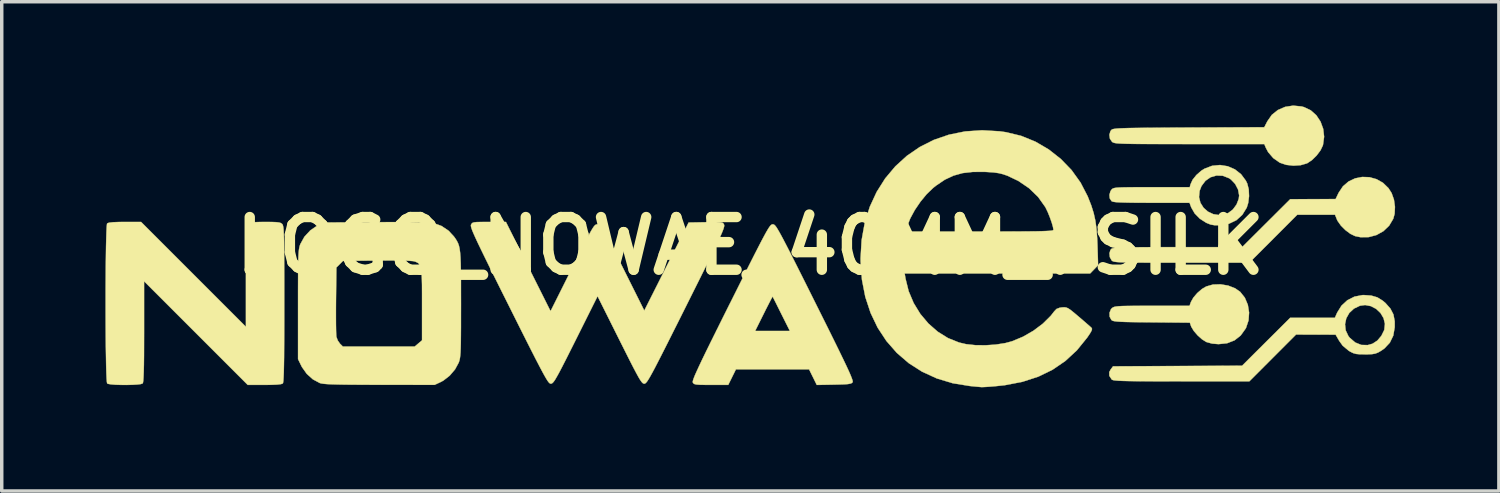
<source format=kicad_pcb>
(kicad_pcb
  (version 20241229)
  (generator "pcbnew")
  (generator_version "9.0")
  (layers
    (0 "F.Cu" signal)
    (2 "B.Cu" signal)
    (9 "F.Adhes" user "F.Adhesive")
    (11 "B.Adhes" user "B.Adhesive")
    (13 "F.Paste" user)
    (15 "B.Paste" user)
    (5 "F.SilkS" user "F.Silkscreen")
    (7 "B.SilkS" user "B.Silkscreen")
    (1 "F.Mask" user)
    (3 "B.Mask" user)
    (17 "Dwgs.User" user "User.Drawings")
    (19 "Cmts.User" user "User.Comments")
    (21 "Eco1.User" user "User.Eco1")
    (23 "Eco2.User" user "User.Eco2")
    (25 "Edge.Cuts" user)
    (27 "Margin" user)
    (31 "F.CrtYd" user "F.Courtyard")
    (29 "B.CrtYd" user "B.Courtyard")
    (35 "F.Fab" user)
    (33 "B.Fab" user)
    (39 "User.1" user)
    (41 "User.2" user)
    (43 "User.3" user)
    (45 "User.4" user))
  (footprint "LOGO_NOWAE_40MM_FSILK"
    (layer "F.Cu")
    (at 18.651 4.062)
    (property "Reference" "LOGO_NOWAE_40MM_FSILK" (at 0 0 0) (layer "F.SilkS") (effects (font (size 1.524 1.524) (thickness 0.3))))
    (attr through_hole)
    (fp_poly (pts (xy 13.82 1.148) (xy 14.021 1.226) (xy 14.167 1.328) (xy 14.302 1.498) (xy 14.389 1.703) (xy 14.425 1.928) (xy 14.409 2.155) (xy 14.338 2.367) (xy 14.326 2.39) (xy 14.183 2.59) (xy 14.005 2.731) (xy 13.79 2.815) (xy 13.541 2.841) (xy 13.354 2.825) (xy 13.198 2.782) (xy 13.185 2.777) (xy 13.062 2.7) (xy 12.936 2.587) (xy 12.826 2.459) (xy 12.753 2.338) (xy 12.746 2.32) (xy 12.712 2.22) (xy 11.607 2.21) (xy 11.298 2.207) (xy 11.05 2.204) (xy 10.858 2.2) (xy 10.712 2.194) (xy 10.607 2.187) (xy 10.534 2.178) (xy 10.486 2.167) (xy 10.456 2.152) (xy 10.443 2.141) (xy 10.392 2.047) (xy 10.389 1.933) (xy 10.431 1.83) (xy 10.463 1.797) (xy 10.489 1.779) (xy 10.525 1.764) (xy 10.577 1.753) (xy 10.653 1.745) (xy 10.761 1.739) (xy 10.908 1.736) (xy 11.102 1.734) (xy 11.352 1.733) (xy 11.623 1.733) (xy 12.703 1.733) (xy 12.744 1.62) (xy 12.815 1.494) (xy 12.928 1.362) (xy 13.063 1.246) (xy 13.185 1.174) (xy 13.38 1.118) (xy 13.599 1.111) (xy 13.82 1.148)) (stroke (width 0.01) (type solid)) (fill yes) (layer "F.SilkS"))
    (fp_poly (pts (xy 15.943 -4.033) (xy 16.014 -4.014) (xy 16.208 -3.922) (xy 16.37 -3.778) (xy 16.492 -3.594) (xy 16.569 -3.383) (xy 16.595 -3.157) (xy 16.564 -2.928) (xy 16.558 -2.904) (xy 16.491 -2.764) (xy 16.381 -2.617) (xy 16.248 -2.486) (xy 16.112 -2.394) (xy 16.097 -2.387) (xy 15.917 -2.335) (xy 15.709 -2.321) (xy 15.5 -2.344) (xy 15.321 -2.404) (xy 15.312 -2.408) (xy 15.124 -2.54) (xy 14.976 -2.713) (xy 14.912 -2.833) (xy 14.865 -2.945) (xy 12.703 -2.945) (xy 12.262 -2.946) (xy 11.885 -2.946) (xy 11.566 -2.947) (xy 11.301 -2.948) (xy 11.084 -2.95) (xy 10.911 -2.953) (xy 10.775 -2.957) (xy 10.672 -2.962) (xy 10.596 -2.968) (xy 10.542 -2.976) (xy 10.506 -2.986) (xy 10.481 -2.997) (xy 10.463 -3.009) (xy 10.401 -3.099) (xy 10.385 -3.212) (xy 10.415 -3.318) (xy 10.443 -3.354) (xy 10.459 -3.366) (xy 10.486 -3.377) (xy 10.528 -3.385) (xy 10.59 -3.393) (xy 10.677 -3.399) (xy 10.796 -3.404) (xy 10.95 -3.409) (xy 11.145 -3.412) (xy 11.386 -3.415) (xy 11.679 -3.417) (xy 12.027 -3.42) (xy 12.437 -3.422) (xy 12.684 -3.423) (xy 14.865 -3.432) (xy 14.952 -3.602) (xy 15.083 -3.79) (xy 15.259 -3.931) (xy 15.468 -4.021) (xy 15.7 -4.057) (xy 15.943 -4.033)) (stroke (width 0.01) (type solid)) (fill yes) (layer "F.SilkS"))
    (fp_poly (pts (xy 17.907 -1.987) (xy 18.111 -1.93) (xy 18.297 -1.825) (xy 18.456 -1.671) (xy 18.548 -1.527) (xy 18.615 -1.338) (xy 18.644 -1.129) (xy 18.634 -0.927) (xy 18.595 -0.785) (xy 18.476 -0.585) (xy 18.31 -0.426) (xy 18.108 -0.314) (xy 17.883 -0.254) (xy 17.647 -0.252) (xy 17.491 -0.284) (xy 17.355 -0.349) (xy 17.211 -0.457) (xy 17.081 -0.587) (xy 16.987 -0.72) (xy 16.966 -0.762) (xy 16.911 -0.901) (xy 15.818 -0.901) (xy 15.126 -0.208) (xy 14.433 0.485) (xy 12.472 0.485) (xy 12.054 0.485) (xy 11.699 0.485) (xy 11.404 0.484) (xy 11.16 0.483) (xy 10.965 0.481) (xy 10.811 0.477) (xy 10.693 0.473) (xy 10.606 0.467) (xy 10.545 0.46) (xy 10.504 0.451) (xy 10.477 0.44) (xy 10.458 0.427) (xy 10.447 0.415) (xy 10.397 0.322) (xy 10.387 0.213) (xy 10.415 0.118) (xy 10.448 0.082) (xy 10.474 0.071) (xy 10.524 0.062) (xy 10.602 0.055) (xy 10.714 0.049) (xy 10.864 0.044) (xy 11.059 0.04) (xy 11.302 0.038) (xy 11.6 0.036) (xy 11.957 0.035) (xy 12.368 0.035) (xy 14.223 0.035) (xy 14.919 -0.658) (xy 15.615 -1.351) (xy 16.928 -1.355) (xy 17.014 -1.535) (xy 17.139 -1.723) (xy 17.302 -1.863) (xy 17.491 -1.953) (xy 17.697 -1.994) (xy 17.907 -1.987)) (stroke (width 0.01) (type solid)) (fill yes) (layer "F.SilkS"))
    (fp_poly (pts (xy 13.809 -2.303) (xy 14.016 -2.213) (xy 14.194 -2.072) (xy 14.332 -1.886) (xy 14.372 -1.804) (xy 14.415 -1.637) (xy 14.424 -1.439) (xy 14.4 -1.244) (xy 14.358 -1.108) (xy 14.23 -0.9) (xy 14.059 -0.744) (xy 13.847 -0.643) (xy 13.594 -0.598) (xy 13.584 -0.598) (xy 13.433 -0.597) (xy 13.315 -0.617) (xy 13.194 -0.665) (xy 13.185 -0.669) (xy 13.002 -0.786) (xy 12.851 -0.94) (xy 12.752 -1.113) (xy 12.748 -1.124) (xy 12.703 -1.247) (xy 11.608 -1.247) (xy 11.288 -1.248) (xy 11.031 -1.25) (xy 10.831 -1.254) (xy 10.679 -1.259) (xy 10.571 -1.266) (xy 10.499 -1.276) (xy 10.458 -1.289) (xy 10.448 -1.295) (xy 10.398 -1.37) (xy 10.393 -1.411) (xy 12.977 -1.411) (xy 13.018 -1.246) (xy 13.108 -1.103) (xy 13.235 -0.991) (xy 13.39 -0.918) (xy 13.563 -0.891) (xy 13.742 -0.92) (xy 13.826 -0.954) (xy 13.957 -1.054) (xy 14.063 -1.198) (xy 14.126 -1.361) (xy 14.138 -1.46) (xy 14.107 -1.629) (xy 14.023 -1.791) (xy 13.899 -1.922) (xy 13.846 -1.958) (xy 13.664 -2.029) (xy 13.482 -2.036) (xy 13.311 -1.986) (xy 13.163 -1.883) (xy 13.049 -1.732) (xy 12.994 -1.592) (xy 12.977 -1.411) (xy 10.393 -1.411) (xy 10.386 -1.474) (xy 10.415 -1.58) (xy 10.447 -1.628) (xy 10.467 -1.648) (xy 10.494 -1.663) (xy 10.534 -1.675) (xy 10.596 -1.684) (xy 10.687 -1.69) (xy 10.814 -1.694) (xy 10.985 -1.696) (xy 11.208 -1.698) (xy 11.49 -1.698) (xy 11.61 -1.698) (xy 12.71 -1.698) (xy 12.73 -1.778) (xy 12.791 -1.912) (xy 12.901 -2.05) (xy 13.041 -2.173) (xy 13.136 -2.233) (xy 13.357 -2.317) (xy 13.585 -2.339) (xy 13.809 -2.303)) (stroke (width 0.01) (type solid)) (fill yes) (layer "F.SilkS"))
    (fp_poly (pts (xy 17.958 1.437) (xy 18.134 1.488) (xy 18.29 1.585) (xy 18.369 1.652) (xy 18.513 1.814) (xy 18.6 1.983) (xy 18.637 2.18) (xy 18.637 2.35) (xy 18.595 2.595) (xy 18.496 2.799) (xy 18.339 2.966) (xy 18.246 3.031) (xy 18.156 3.083) (xy 18.076 3.114) (xy 17.984 3.13) (xy 17.857 3.136) (xy 17.777 3.136) (xy 17.624 3.134) (xy 17.518 3.124) (xy 17.435 3.1) (xy 17.352 3.059) (xy 17.306 3.031) (xy 17.133 2.887) (xy 17.032 2.746) (xy 16.928 2.567) (xy 16.355 2.565) (xy 15.783 2.564) (xy 15.108 3.24) (xy 14.433 3.916) (xy 12.469 3.916) (xy 12.044 3.915) (xy 11.684 3.915) (xy 11.382 3.914) (xy 11.134 3.912) (xy 10.934 3.909) (xy 10.777 3.905) (xy 10.658 3.9) (xy 10.571 3.893) (xy 10.512 3.886) (xy 10.475 3.876) (xy 10.454 3.865) (xy 10.452 3.864) (xy 10.383 3.757) (xy 10.382 3.649) (xy 10.422 3.574) (xy 10.49 3.483) (xy 12.356 3.474) (xy 14.223 3.465) (xy 15.429 2.264) (xy 17.2 2.264) (xy 17.218 2.439) (xy 17.295 2.604) (xy 17.336 2.657) (xy 17.494 2.793) (xy 17.67 2.864) (xy 17.856 2.869) (xy 17.996 2.829) (xy 18.134 2.739) (xy 18.251 2.601) (xy 18.332 2.437) (xy 18.336 2.424) (xy 18.354 2.253) (xy 18.314 2.088) (xy 18.226 1.941) (xy 18.101 1.822) (xy 17.949 1.742) (xy 17.781 1.71) (xy 17.632 1.73) (xy 17.457 1.814) (xy 17.323 1.939) (xy 17.236 2.094) (xy 17.2 2.264) (xy 15.429 2.264) (xy 15.615 2.079) (xy 16.907 2.079) (xy 16.972 1.931) (xy 17.098 1.728) (xy 17.268 1.571) (xy 17.474 1.467) (xy 17.703 1.423) (xy 17.742 1.422) (xy 17.958 1.437)) (stroke (width 0.01) (type solid)) (fill yes) (layer "F.SilkS"))
    (fp_poly (pts (xy 0.669 -0.622) (xy 0.689 -0.613) (xy 0.713 -0.593) (xy 0.742 -0.558) (xy 0.778 -0.503) (xy 0.825 -0.424) (xy 0.884 -0.318) (xy 0.958 -0.18) (xy 1.049 -0.005) (xy 1.159 0.209) (xy 1.29 0.469) (xy 1.445 0.777) (xy 1.626 1.138) (xy 1.835 1.557) (xy 1.871 1.629) (xy 2.09 2.068) (xy 2.28 2.449) (xy 2.442 2.777) (xy 2.578 3.054) (xy 2.69 3.285) (xy 2.78 3.474) (xy 2.85 3.625) (xy 2.901 3.742) (xy 2.935 3.828) (xy 2.955 3.888) (xy 2.962 3.925) (xy 2.959 3.942) (xy 2.935 3.966) (xy 2.893 3.983) (xy 2.821 3.996) (xy 2.708 4.004) (xy 2.543 4.009) (xy 2.421 4.012) (xy 1.922 4.021) (xy 1.699 3.569) (xy -0.416 3.569) (xy -0.639 4.02) (xy -1.132 4.02) (xy -1.328 4.019) (xy -1.465 4.016) (xy -1.556 4.009) (xy -1.612 3.997) (xy -1.644 3.978) (xy -1.663 3.951) (xy -1.666 3.93) (xy -1.658 3.892) (xy -1.639 3.832) (xy -1.605 3.747) (xy -1.555 3.634) (xy -1.487 3.487) (xy -1.4 3.302) (xy -1.291 3.077) (xy -1.158 2.806) (xy -0.999 2.486) (xy -0.986 2.46) (xy 0.139 2.46) (xy 1.144 2.46) (xy 0.897 1.967) (xy 0.813 1.799) (xy 0.741 1.654) (xy 0.685 1.544) (xy 0.652 1.479) (xy 0.644 1.466) (xy 0.628 1.492) (xy 0.586 1.571) (xy 0.524 1.692) (xy 0.446 1.844) (xy 0.389 1.959) (xy 0.139 2.46) (xy -0.986 2.46) (xy -0.814 2.113) (xy -0.599 1.682) (xy -0.572 1.63) (xy -0.358 1.202) (xy -0.173 0.832) (xy -0.014 0.515) (xy 0.121 0.248) (xy 0.235 0.026) (xy 0.328 -0.154) (xy 0.405 -0.298) (xy 0.466 -0.409) (xy 0.515 -0.492) (xy 0.553 -0.55) (xy 0.583 -0.588) (xy 0.607 -0.61) (xy 0.628 -0.621) (xy 0.647 -0.624) (xy 0.65 -0.624) (xy 0.669 -0.622)) (stroke (width 0.01) (type solid)) (fill yes) (layer "F.SilkS"))
    (fp_poly (pts (xy -16.105 0.823) (xy -14.589 2.339) (xy -14.589 0.88) (xy -14.588 0.523) (xy -14.588 0.229) (xy -14.586 -0.009) (xy -14.584 -0.197) (xy -14.58 -0.34) (xy -14.575 -0.447) (xy -14.568 -0.523) (xy -14.559 -0.574) (xy -14.548 -0.606) (xy -14.533 -0.627) (xy -14.525 -0.636) (xy -14.486 -0.661) (xy -14.424 -0.677) (xy -14.327 -0.687) (xy -14.183 -0.692) (xy -14.028 -0.693) (xy -13.843 -0.692) (xy -13.715 -0.687) (xy -13.63 -0.677) (xy -13.577 -0.661) (xy -13.543 -0.636) (xy -13.537 -0.63) (xy -13.525 -0.612) (xy -13.516 -0.584) (xy -13.507 -0.54) (xy -13.5 -0.475) (xy -13.495 -0.384) (xy -13.49 -0.262) (xy -13.486 -0.104) (xy -13.484 0.095) (xy -13.482 0.34) (xy -13.481 0.637) (xy -13.48 0.989) (xy -13.48 1.403) (xy -13.48 1.685) (xy -13.48 2.164) (xy -13.481 2.577) (xy -13.483 2.929) (xy -13.485 3.223) (xy -13.489 3.462) (xy -13.493 3.651) (xy -13.499 3.794) (xy -13.505 3.893) (xy -13.513 3.953) (xy -13.521 3.978) (xy -13.573 3.997) (xy -13.687 4.011) (xy -13.864 4.018) (xy -14.05 4.02) (xy -14.536 4.02) (xy -16.035 2.521) (xy -17.534 1.023) (xy -17.534 2.48) (xy -17.535 2.863) (xy -17.536 3.181) (xy -17.539 3.439) (xy -17.544 3.641) (xy -17.55 3.791) (xy -17.557 3.895) (xy -17.566 3.956) (xy -17.576 3.978) (xy -17.628 3.996) (xy -17.733 4.009) (xy -17.875 4.017) (xy -18.038 4.021) (xy -18.206 4.02) (xy -18.362 4.015) (xy -18.492 4.004) (xy -18.577 3.989) (xy -18.601 3.978) (xy -18.61 3.935) (xy -18.618 3.831) (xy -18.625 3.67) (xy -18.631 3.462) (xy -18.635 3.213) (xy -18.64 2.93) (xy -18.643 2.62) (xy -18.645 2.29) (xy -18.646 1.947) (xy -18.646 1.598) (xy -18.646 1.251) (xy -18.644 0.912) (xy -18.642 0.589) (xy -18.638 0.288) (xy -18.634 0.016) (xy -18.628 -0.218) (xy -18.622 -0.41) (xy -18.615 -0.55) (xy -18.607 -0.632) (xy -18.601 -0.651) (xy -18.548 -0.671) (xy -18.431 -0.685) (xy -18.25 -0.692) (xy -18.09 -0.693) (xy -17.621 -0.693) (xy -16.105 0.823)) (stroke (width 0.01) (type solid)) (fill yes) (layer "F.SilkS"))
    (fp_poly (pts (xy -9.734 -0.687) (xy -9.494 -0.682) (xy -9.316 -0.675) (xy -9.199 -0.666) (xy -9.16 -0.659) (xy -8.933 -0.577) (xy -8.727 -0.439) (xy -8.571 -0.27) (xy -8.524 -0.204) (xy -8.486 -0.142) (xy -8.454 -0.079) (xy -8.428 -0.007) (xy -8.409 0.08) (xy -8.394 0.189) (xy -8.383 0.328) (xy -8.376 0.502) (xy -8.372 0.718) (xy -8.369 0.984) (xy -8.369 1.305) (xy -8.368 1.681) (xy -8.369 2.048) (xy -8.369 2.353) (xy -8.371 2.603) (xy -8.373 2.803) (xy -8.377 2.96) (xy -8.382 3.083) (xy -8.39 3.176) (xy -8.399 3.247) (xy -8.411 3.303) (xy -8.425 3.35) (xy -8.435 3.377) (xy -8.541 3.572) (xy -8.696 3.753) (xy -8.878 3.895) (xy -8.958 3.938) (xy -9.131 4.019) (xy -10.725 4.017) (xy -11.116 4.016) (xy -11.443 4.014) (xy -11.712 4.012) (xy -11.93 4.008) (xy -12.102 4.003) (xy -12.234 3.997) (xy -12.332 3.989) (xy -12.402 3.979) (xy -12.449 3.967) (xy -12.454 3.965) (xy -12.652 3.859) (xy -12.828 3.701) (xy -12.966 3.507) (xy -12.984 3.473) (xy -13.081 3.275) (xy -13.081 2.062) (xy -11.985 2.062) (xy -11.984 2.271) (xy -11.981 2.443) (xy -11.977 2.566) (xy -11.972 2.629) (xy -11.931 2.738) (xy -11.868 2.828) (xy -11.785 2.911) (xy -9.708 2.911) (xy -9.601 2.821) (xy -9.495 2.731) (xy -9.495 1.685) (xy -9.495 1.373) (xy -9.496 1.123) (xy -9.501 0.927) (xy -9.508 0.778) (xy -9.521 0.668) (xy -9.54 0.59) (xy -9.566 0.537) (xy -9.601 0.501) (xy -9.645 0.475) (xy -9.695 0.454) (xy -9.753 0.44) (xy -9.86 0.431) (xy -10.018 0.424) (xy -10.234 0.421) (xy -10.51 0.421) (xy -10.787 0.423) (xy -11.78 0.433) (xy -11.876 0.529) (xy -11.972 0.625) (xy -11.983 1.569) (xy -11.985 1.824) (xy -11.985 2.062) (xy -13.081 2.062) (xy -13.081 1.698) (xy -13.081 1.324) (xy -13.08 1.012) (xy -13.079 0.756) (xy -13.077 0.55) (xy -13.073 0.387) (xy -13.068 0.261) (xy -13.061 0.164) (xy -13.052 0.09) (xy -13.041 0.032) (xy -13.028 -0.015) (xy -13.016 -0.049) (xy -12.897 -0.264) (xy -12.725 -0.45) (xy -12.529 -0.583) (xy -12.353 -0.676) (xy -10.846 -0.687) (xy -10.409 -0.689) (xy -10.039 -0.689) (xy -9.734 -0.687)) (stroke (width 0.01) (type solid)) (fill yes) (layer "F.SilkS"))
    (fp_poly (pts (xy -6.424 0.598) (xy -5.778 1.888) (xy -5.15 0.632) (xy -4.994 0.321) (xy -4.866 0.065) (xy -4.762 -0.14) (xy -4.679 -0.299) (xy -4.614 -0.419) (xy -4.563 -0.505) (xy -4.524 -0.563) (xy -4.493 -0.598) (xy -4.466 -0.616) (xy -4.441 -0.623) (xy -4.418 -0.624) (xy -4.391 -0.622) (xy -4.366 -0.614) (xy -4.339 -0.594) (xy -4.306 -0.555) (xy -4.265 -0.493) (xy -4.212 -0.402) (xy -4.144 -0.275) (xy -4.058 -0.108) (xy -3.95 0.105) (xy -3.817 0.37) (xy -3.69 0.624) (xy -3.067 1.871) (xy -2.426 0.598) (xy -1.785 -0.676) (xy -1.29 -0.685) (xy -1.097 -0.689) (xy -0.96 -0.689) (xy -0.871 -0.685) (xy -0.816 -0.675) (xy -0.786 -0.657) (xy -0.767 -0.63) (xy -0.759 -0.613) (xy -0.755 -0.592) (xy -0.758 -0.56) (xy -0.771 -0.512) (xy -0.795 -0.444) (xy -0.833 -0.352) (xy -0.887 -0.232) (xy -0.958 -0.08) (xy -1.049 0.11) (xy -1.161 0.34) (xy -1.297 0.615) (xy -1.458 0.94) (xy -1.647 1.318) (xy -1.851 1.727) (xy -2.066 2.157) (xy -2.253 2.528) (xy -2.413 2.847) (xy -2.549 3.115) (xy -2.663 3.338) (xy -2.757 3.52) (xy -2.834 3.664) (xy -2.896 3.776) (xy -2.945 3.859) (xy -2.983 3.917) (xy -3.013 3.954) (xy -3.037 3.975) (xy -3.056 3.984) (xy -3.067 3.985) (xy -3.09 3.981) (xy -3.116 3.965) (xy -3.147 3.931) (xy -3.186 3.875) (xy -3.237 3.79) (xy -3.302 3.671) (xy -3.386 3.512) (xy -3.49 3.309) (xy -3.618 3.054) (xy -3.774 2.744) (xy -3.786 2.72) (xy -4.418 1.455) (xy -5.05 2.72) (xy -5.208 3.035) (xy -5.338 3.293) (xy -5.444 3.5) (xy -5.529 3.662) (xy -5.596 3.783) (xy -5.647 3.87) (xy -5.687 3.928) (xy -5.719 3.963) (xy -5.745 3.98) (xy -5.768 3.985) (xy -5.77 3.985) (xy -5.788 3.981) (xy -5.809 3.968) (xy -5.835 3.941) (xy -5.868 3.895) (xy -5.91 3.827) (xy -5.964 3.733) (xy -6.032 3.608) (xy -6.116 3.448) (xy -6.219 3.25) (xy -6.342 3.008) (xy -6.488 2.719) (xy -6.659 2.379) (xy -6.857 1.983) (xy -6.985 1.727) (xy -7.202 1.294) (xy -7.389 0.918) (xy -7.549 0.596) (xy -7.683 0.323) (xy -7.794 0.095) (xy -7.884 -0.092) (xy -7.954 -0.243) (xy -8.007 -0.361) (xy -8.044 -0.451) (xy -8.067 -0.517) (xy -8.079 -0.564) (xy -8.082 -0.595) (xy -8.078 -0.612) (xy -8.06 -0.644) (xy -8.036 -0.666) (xy -7.991 -0.681) (xy -7.916 -0.689) (xy -7.799 -0.692) (xy -7.627 -0.693) (xy -7.555 -0.693) (xy -7.069 -0.693) (xy -6.424 0.598)) (stroke (width 0.01) (type solid)) (fill yes) (layer "F.SilkS"))
    (fp_poly (pts (xy 7.215 -3.314) (xy 7.398 -3.288) (xy 7.832 -3.183) (xy 8.245 -3.015) (xy 8.63 -2.79) (xy 8.981 -2.514) (xy 9.291 -2.193) (xy 9.551 -1.831) (xy 9.757 -1.434) (xy 9.765 -1.413) (xy 9.86 -1.172) (xy 9.93 -0.95) (xy 9.979 -0.73) (xy 10.012 -0.492) (xy 10.032 -0.216) (xy 10.04 -0.024) (xy 10.058 0.559) (xy 9.943 0.678) (xy 9.828 0.797) (xy 4.464 0.797) (xy 4.488 0.944) (xy 4.579 1.31) (xy 4.724 1.653) (xy 4.917 1.968) (xy 5.151 2.246) (xy 5.42 2.481) (xy 5.717 2.666) (xy 6.036 2.794) (xy 6.24 2.842) (xy 6.509 2.871) (xy 6.804 2.874) (xy 7.1 2.854) (xy 7.375 2.811) (xy 7.571 2.758) (xy 7.888 2.626) (xy 8.19 2.452) (xy 8.462 2.247) (xy 8.688 2.023) (xy 8.789 1.894) (xy 8.855 1.824) (xy 8.946 1.789) (xy 9.012 1.779) (xy 9.078 1.775) (xy 9.133 1.781) (xy 9.191 1.805) (xy 9.263 1.853) (xy 9.364 1.934) (xy 9.495 2.045) (xy 9.625 2.156) (xy 9.738 2.254) (xy 9.823 2.328) (xy 9.867 2.368) (xy 9.868 2.369) (xy 9.883 2.401) (xy 9.869 2.453) (xy 9.822 2.535) (xy 9.742 2.653) (xy 9.446 3.018) (xy 9.112 3.327) (xy 8.739 3.582) (xy 8.325 3.783) (xy 7.867 3.931) (xy 7.364 4.028) (xy 7.124 4.054) (xy 6.964 4.068) (xy 6.826 4.078) (xy 6.728 4.083) (xy 6.688 4.084) (xy 6.631 4.079) (xy 6.524 4.069) (xy 6.39 4.056) (xy 6.349 4.052) (xy 5.855 3.972) (xy 5.394 3.833) (xy 4.968 3.638) (xy 4.582 3.391) (xy 4.237 3.094) (xy 3.936 2.75) (xy 3.682 2.364) (xy 3.478 1.937) (xy 3.325 1.474) (xy 3.228 0.977) (xy 3.189 0.449) (xy 3.188 0.362) (xy 3.219 -0.166) (xy 3.264 -0.416) (xy 4.497 -0.416) (xy 6.632 -0.416) (xy 7.078 -0.416) (xy 7.458 -0.417) (xy 7.78 -0.418) (xy 8.046 -0.42) (xy 8.261 -0.422) (xy 8.432 -0.426) (xy 8.561 -0.431) (xy 8.655 -0.436) (xy 8.717 -0.443) (xy 8.752 -0.451) (xy 8.766 -0.461) (xy 8.767 -0.464) (xy 8.753 -0.549) (xy 8.717 -0.675) (xy 8.665 -0.822) (xy 8.606 -0.969) (xy 8.546 -1.095) (xy 8.529 -1.127) (xy 8.323 -1.416) (xy 8.061 -1.669) (xy 7.753 -1.879) (xy 7.433 -2.031) (xy 7.304 -2.075) (xy 7.18 -2.105) (xy 7.037 -2.125) (xy 6.854 -2.137) (xy 6.782 -2.141) (xy 6.436 -2.14) (xy 6.138 -2.106) (xy 5.873 -2.032) (xy 5.625 -1.915) (xy 5.38 -1.75) (xy 5.29 -1.679) (xy 5.101 -1.498) (xy 4.92 -1.278) (xy 4.757 -1.038) (xy 4.625 -0.794) (xy 4.535 -0.566) (xy 4.52 -0.511) (xy 4.497 -0.416) (xy 3.264 -0.416) (xy 3.309 -0.665) (xy 3.455 -1.131) (xy 3.654 -1.561) (xy 3.901 -1.952) (xy 4.194 -2.301) (xy 4.528 -2.605) (xy 4.901 -2.861) (xy 5.308 -3.066) (xy 5.747 -3.217) (xy 6.213 -3.311) (xy 6.704 -3.344) (xy 7.215 -3.314)) (stroke (width 0.01) (type solid)) (fill yes) (layer "F.SilkS")))
  (gr_rect
    (start -3 -3)
    (end 40.301 11.151)
    (stroke (width 0.1) (type default))
    (fill no)
    (layer "Edge.Cuts")))
</source>
